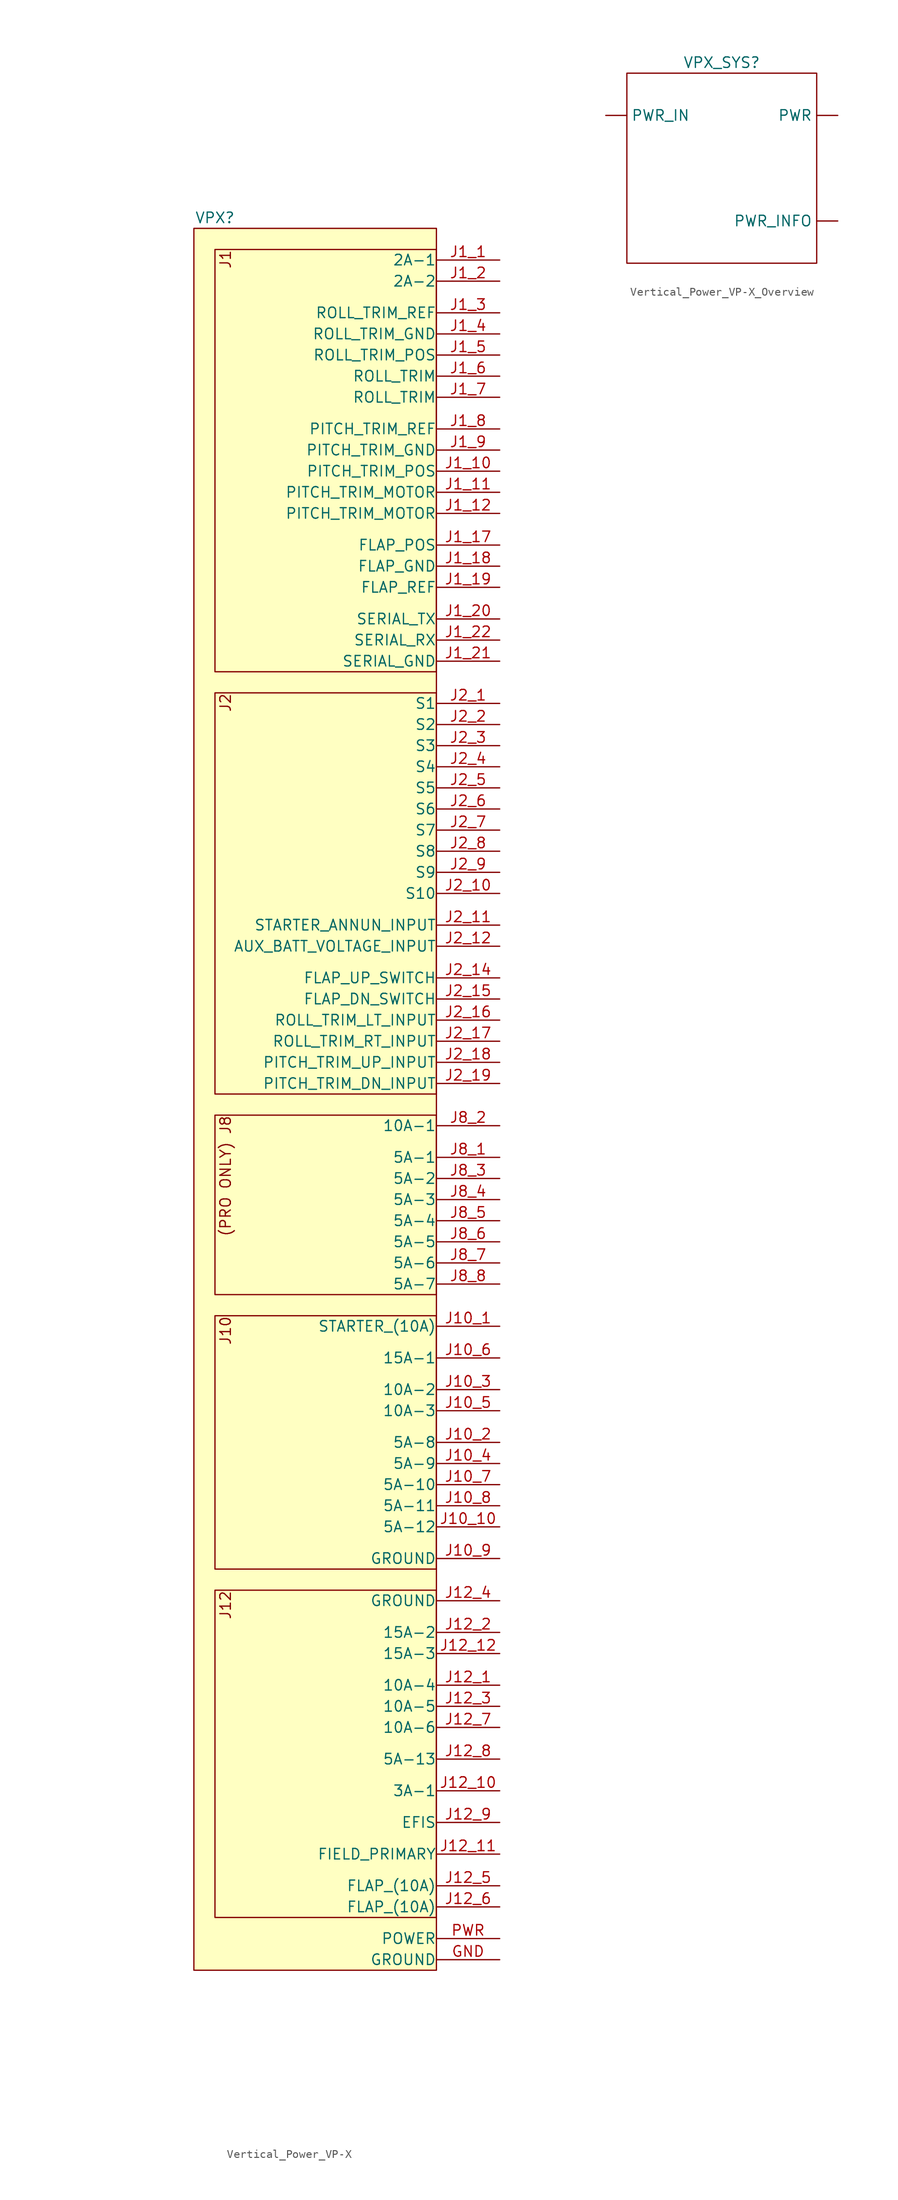
<source format=kicad_sym>
(kicad_symbol_lib
  (version 20241209)
  (generator "kicad_symbol_editor")
  (generator_version "9.0")
  (symbol "Vertical_Power_VP-X"
    (pin_names
      (offset 0.002))
    (property "Reference" "VPX"
      (at 2.54 1.27 0)
      (effects (font (size 1.27 1.27))))
    (property "Value" ""
      (at -13.97 0 0)
      (effects (font (size 1.27 1.27))))
    (symbol "Vertical_Power_VP-X_1_1"
      (rectangle (start 0 0) (end 29.21 -209.55) (stroke (width 0) (type default)) (fill (type background)))
      (rectangle (start 2.54 -2.54) (end 29.21 -53.34) (stroke (width 0) (type default)) (fill (type background)))
      (rectangle (start 2.54 -55.88) (end 29.21 -104.14) (stroke (width 0) (type default)) (fill (type background)))
      (rectangle (start 2.54 -106.68) (end 29.21 -128.27) (stroke (width 0) (type default)) (fill (type background)))
      (rectangle (start 2.54 -130.81) (end 29.21 -161.29) (stroke (width 0) (type default)) (fill (type background)))
      (rectangle (start 2.54 -163.83) (end 29.21 -203.2) (stroke (width 0) (type default)) (fill (type background)))
      (text "J1" (at 3.81 -2.54 900) (effects (font (size 1.27 1.27)) (justify right)))
      (text "J2" (at 3.81 -55.88 900) (effects (font (size 1.27 1.27)) (justify right)))
      (text "(PRO ONLY) J8" (at 3.81 -106.68 900) (effects (font (size 1.27 1.27)) (justify right)))
      (text "J10" (at 3.81 -130.81 900) (effects (font (size 1.27 1.27)) (justify right)))
      (text "J12" (at 3.81 -163.83 900) (effects (font (size 1.27 1.27)) (justify right)))
      (pin power_out line (at 36.83 -3.81 180) (length 7.62) (name "2A-1" (effects (font (size 1.27 1.27)))) (number "J1_1" (effects (font (size 1.27 1.27)))))
      (pin power_out line (at 36.83 -6.35 180) (length 7.62) (name "2A-2" (effects (font (size 1.27 1.27)))) (number "J1_2" (effects (font (size 1.27 1.27)))))
      (pin input line (at 36.83 -10.16 180) (length 7.62) (name "ROLL_TRIM_REF" (effects (font (size 1.27 1.27)))) (number "J1_3" (effects (font (size 1.27 1.27)))))
      (pin passive line (at 36.83 -12.7 180) (length 7.62) (name "ROLL_TRIM_GND" (effects (font (size 1.27 1.27)))) (number "J1_4" (effects (font (size 1.27 1.27)))))
      (pin output line (at 36.83 -15.24 180) (length 7.62) (name "ROLL_TRIM_POS" (effects (font (size 1.27 1.27)))) (number "J1_5" (effects (font (size 1.27 1.27)))))
      (pin power_out line (at 36.83 -17.78 180) (length 7.62) (name "ROLL_TRIM" (effects (font (size 1.27 1.27)))) (number "J1_6" (effects (font (size 1.27 1.27)))))
      (pin power_out line (at 36.83 -20.32 180) (length 7.62) (name "ROLL_TRIM" (effects (font (size 1.27 1.27)))) (number "J1_7" (effects (font (size 1.27 1.27)))))
      (pin input line (at 36.83 -24.13 180) (length 7.62) (name "PITCH_TRIM_REF" (effects (font (size 1.27 1.27)))) (number "J1_8" (effects (font (size 1.27 1.27)))))
      (pin passive line (at 36.83 -26.67 180) (length 7.62) (name "PITCH_TRIM_GND" (effects (font (size 1.27 1.27)))) (number "J1_9" (effects (font (size 1.27 1.27)))))
      (pin output line (at 36.83 -29.21 180) (length 7.62) (name "PITCH_TRIM_POS" (effects (font (size 1.27 1.27)))) (number "J1_10" (effects (font (size 1.27 1.27)))))
      (pin power_out line (at 36.83 -31.75 180) (length 7.62) (name "PITCH_TRIM_MOTOR" (effects (font (size 1.27 1.27)))) (number "J1_11" (effects (font (size 1.27 1.27)))))
      (pin power_out line (at 36.83 -34.29 180) (length 7.62) (name "PITCH_TRIM_MOTOR" (effects (font (size 1.27 1.27)))) (number "J1_12" (effects (font (size 1.27 1.27)))))
      (pin output line (at 36.83 -38.1 180) (length 7.62) (name "FLAP_POS" (effects (font (size 1.27 1.27)))) (number "J1_17" (effects (font (size 1.27 1.27)))))
      (pin passive line (at 36.83 -40.64 180) (length 7.62) (name "FLAP_GND" (effects (font (size 1.27 1.27)))) (number "J1_18" (effects (font (size 1.27 1.27)))))
      (pin input line (at 36.83 -43.18 180) (length 7.62) (name "FLAP_REF" (effects (font (size 1.27 1.27)))) (number "J1_19" (effects (font (size 1.27 1.27)))))
      (pin output line (at 36.83 -46.99 180) (length 7.62) (name "SERIAL_TX" (effects (font (size 1.27 1.27)))) (number "J1_20" (effects (font (size 1.27 1.27)))))
      (pin input line (at 36.83 -49.53 180) (length 7.62) (name "SERIAL_RX" (effects (font (size 1.27 1.27)))) (number "J1_22" (effects (font (size 1.27 1.27)))))
      (pin passive line (at 36.83 -52.07 180) (length 7.62) (name "SERIAL_GND" (effects (font (size 1.27 1.27)))) (number "J1_21" (effects (font (size 1.27 1.27)))))
      (pin bidirectional line (at 36.83 -57.15 180) (length 7.62) (name "S1" (effects (font (size 1.27 1.27)))) (number "J2_1" (effects (font (size 1.27 1.27)))))
      (pin bidirectional line (at 36.83 -59.69 180) (length 7.62) (name "S2" (effects (font (size 1.27 1.27)))) (number "J2_2" (effects (font (size 1.27 1.27)))))
      (pin bidirectional line (at 36.83 -62.23 180) (length 7.62) (name "S3" (effects (font (size 1.27 1.27)))) (number "J2_3" (effects (font (size 1.27 1.27)))))
      (pin bidirectional line (at 36.83 -64.77 180) (length 7.62) (name "S4" (effects (font (size 1.27 1.27)))) (number "J2_4" (effects (font (size 1.27 1.27)))))
      (pin bidirectional line (at 36.83 -67.31 180) (length 7.62) (name "S5" (effects (font (size 1.27 1.27)))) (number "J2_5" (effects (font (size 1.27 1.27)))))
      (pin bidirectional line (at 36.83 -69.85 180) (length 7.62) (name "S6" (effects (font (size 1.27 1.27)))) (number "J2_6" (effects (font (size 1.27 1.27)))))
      (pin bidirectional line (at 36.83 -72.39 180) (length 7.62) (name "S7" (effects (font (size 1.27 1.27)))) (number "J2_7" (effects (font (size 1.27 1.27)))))
      (pin bidirectional line (at 36.83 -74.93 180) (length 7.62) (name "S8" (effects (font (size 1.27 1.27)))) (number "J2_8" (effects (font (size 1.27 1.27)))))
      (pin bidirectional line (at 36.83 -77.47 180) (length 7.62) (name "S9" (effects (font (size 1.27 1.27)))) (number "J2_9" (effects (font (size 1.27 1.27)))))
      (pin bidirectional line (at 36.83 -80.01 180) (length 7.62) (name "S10" (effects (font (size 1.27 1.27)))) (number "J2_10" (effects (font (size 1.27 1.27)))))
      (pin input line (at 36.83 -83.82 180) (length 7.62) (name "STARTER_ANNUN_INPUT" (effects (font (size 1.27 1.27)))) (number "J2_11" (effects (font (size 1.27 1.27)))))
      (pin input line (at 36.83 -86.36 180) (length 7.62) (name "AUX_BATT_VOLTAGE_INPUT" (effects (font (size 1.27 1.27)))) (number "J2_12" (effects (font (size 1.27 1.27)))))
      (pin bidirectional line (at 36.83 -90.17 180) (length 7.62) (name "FLAP_UP_SWITCH" (effects (font (size 1.27 1.27)))) (number "J2_14" (effects (font (size 1.27 1.27)))))
      (pin bidirectional line (at 36.83 -92.71 180) (length 7.62) (name "FLAP_DN_SWITCH" (effects (font (size 1.27 1.27)))) (number "J2_15" (effects (font (size 1.27 1.27)))))
      (pin bidirectional line (at 36.83 -95.25 180) (length 7.62) (name "ROLL_TRIM_LT_INPUT" (effects (font (size 1.27 1.27)))) (number "J2_16" (effects (font (size 1.27 1.27)))))
      (pin bidirectional line (at 36.83 -97.79 180) (length 7.62) (name "ROLL_TRIM_RT_INPUT" (effects (font (size 1.27 1.27)))) (number "J2_17" (effects (font (size 1.27 1.27)))))
      (pin bidirectional line (at 36.83 -100.33 180) (length 7.62) (name "PITCH_TRIM_UP_INPUT" (effects (font (size 1.27 1.27)))) (number "J2_18" (effects (font (size 1.27 1.27)))))
      (pin bidirectional line (at 36.83 -102.87 180) (length 7.62) (name "PITCH_TRIM_DN_INPUT" (effects (font (size 1.27 1.27)))) (number "J2_19" (effects (font (size 1.27 1.27)))))
      (pin power_out line (at 36.83 -107.95 180) (length 7.62) (name "10A-1" (effects (font (size 1.27 1.27)))) (number "J8_2" (effects (font (size 1.27 1.27)))))
      (pin power_out line (at 36.83 -111.76 180) (length 7.62) (name "5A-1" (effects (font (size 1.27 1.27)))) (number "J8_1" (effects (font (size 1.27 1.27)))))
      (pin power_out line (at 36.83 -114.3 180) (length 7.62) (name "5A-2" (effects (font (size 1.27 1.27)))) (number "J8_3" (effects (font (size 1.27 1.27)))))
      (pin power_out line (at 36.83 -116.84 180) (length 7.62) (name "5A-3" (effects (font (size 1.27 1.27)))) (number "J8_4" (effects (font (size 1.27 1.27)))))
      (pin power_out line (at 36.83 -119.38 180) (length 7.62) (name "5A-4" (effects (font (size 1.27 1.27)))) (number "J8_5" (effects (font (size 1.27 1.27)))))
      (pin power_out line (at 36.83 -121.92 180) (length 7.62) (name "5A-5" (effects (font (size 1.27 1.27)))) (number "J8_6" (effects (font (size 1.27 1.27)))))
      (pin power_out line (at 36.83 -124.46 180) (length 7.62) (name "5A-6" (effects (font (size 1.27 1.27)))) (number "J8_7" (effects (font (size 1.27 1.27)))))
      (pin power_out line (at 36.83 -127 180) (length 7.62) (name "5A-7" (effects (font (size 1.27 1.27)))) (number "J8_8" (effects (font (size 1.27 1.27)))))
      (pin power_out line (at 36.83 -132.08 180) (length 7.62) (name "STARTER_(10A)" (effects (font (size 1.27 1.27)))) (number "J10_1" (effects (font (size 1.27 1.27)))))
      (pin power_out line (at 36.83 -135.89 180) (length 7.62) (name "15A-1" (effects (font (size 1.27 1.27)))) (number "J10_6" (effects (font (size 1.27 1.27)))))
      (pin power_out line (at 36.83 -139.7 180) (length 7.62) (name "10A-2" (effects (font (size 1.27 1.27)))) (number "J10_3" (effects (font (size 1.27 1.27)))))
      (pin power_out line (at 36.83 -142.24 180) (length 7.62) (name "10A-3" (effects (font (size 1.27 1.27)))) (number "J10_5" (effects (font (size 1.27 1.27)))))
      (pin power_out line (at 36.83 -146.05 180) (length 7.62) (name "5A-8" (effects (font (size 1.27 1.27)))) (number "J10_2" (effects (font (size 1.27 1.27)))))
      (pin power_out line (at 36.83 -148.59 180) (length 7.62) (name "5A-9" (effects (font (size 1.27 1.27)))) (number "J10_4" (effects (font (size 1.27 1.27)))))
      (pin power_out line (at 36.83 -151.13 180) (length 7.62) (name "5A-10" (effects (font (size 1.27 1.27)))) (number "J10_7" (effects (font (size 1.27 1.27)))))
      (pin power_out line (at 36.83 -153.67 180) (length 7.62) (name "5A-11" (effects (font (size 1.27 1.27)))) (number "J10_8" (effects (font (size 1.27 1.27)))))
      (pin power_out line (at 36.83 -156.21 180) (length 7.62) (name "5A-12" (effects (font (size 1.27 1.27)))) (number "J10_10" (effects (font (size 1.27 1.27)))))
      (pin passive line (at 36.83 -160.02 180) (length 7.62) (name "GROUND" (effects (font (size 1.27 1.27)))) (number "J10_9" (effects (font (size 1.27 1.27)))))
      (pin passive line (at 36.83 -165.1 180) (length 7.62) (name "GROUND" (effects (font (size 1.27 1.27)))) (number "J12_4" (effects (font (size 1.27 1.27)))))
      (pin power_out line (at 36.83 -168.91 180) (length 7.62) (name "15A-2" (effects (font (size 1.27 1.27)))) (number "J12_2" (effects (font (size 1.27 1.27)))))
      (pin power_out line (at 36.83 -171.45 180) (length 7.62) (name "15A-3" (effects (font (size 1.27 1.27)))) (number "J12_12" (effects (font (size 1.27 1.27)))))
      (pin power_out line (at 36.83 -175.26 180) (length 7.62) (name "10A-4" (effects (font (size 1.27 1.27)))) (number "J12_1" (effects (font (size 1.27 1.27)))))
      (pin power_out line (at 36.83 -177.8 180) (length 7.62) (name "10A-5" (effects (font (size 1.27 1.27)))) (number "J12_3" (effects (font (size 1.27 1.27)))))
      (pin power_out line (at 36.83 -180.34 180) (length 7.62) (name "10A-6" (effects (font (size 1.27 1.27)))) (number "J12_7" (effects (font (size 1.27 1.27)))))
      (pin power_out line (at 36.83 -184.15 180) (length 7.62) (name "5A-13" (effects (font (size 1.27 1.27)))) (number "J12_8" (effects (font (size 1.27 1.27)))))
      (pin power_out line (at 36.83 -187.96 180) (length 7.62) (name "3A-1" (effects (font (size 1.27 1.27)))) (number "J12_10" (effects (font (size 1.27 1.27)))))
      (pin power_out line (at 36.83 -191.77 180) (length 7.62) (name "EFIS" (effects (font (size 1.27 1.27)))) (number "J12_9" (effects (font (size 1.27 1.27)))))
      (pin bidirectional line (at 36.83 -195.58 180) (length 7.62) (name "FIELD_PRIMARY" (effects (font (size 1.27 1.27)))) (number "J12_11" (effects (font (size 1.27 1.27)))))
      (pin power_out line (at 36.83 -199.39 180) (length 7.62) (name "FLAP_(10A)" (effects (font (size 1.27 1.27)))) (number "J12_5" (effects (font (size 1.27 1.27)))))
      (pin power_out line (at 36.83 -201.93 180) (length 7.62) (name "FLAP_(10A)" (effects (font (size 1.27 1.27)))) (number "J12_6" (effects (font (size 1.27 1.27)))))
      (pin power_in line (at 36.83 -205.74 180) (length 7.62) (name "POWER" (effects (font (size 1.27 1.27)))) (number "PWR" (effects (font (size 1.27 1.27)))))
      (pin passive line (at 36.83 -208.28 180) (length 7.62) (name "GROUND" (effects (font (size 1.27 1.27)))) (number "GND" (effects (font (size 1.27 1.27)))))))
  (symbol "Vertical_Power_VP-X_Overview"
    (property "Reference" "VPX_SYS"
      (at 0 0 0)
      (effects (font (size 1.27 1.27))))
    (property "Value" ""
      (at 0 0 0)
      (effects (font (size 1.27 1.27))))
    (symbol "Vertical_Power_VP-X_Overview_0_1"
      (rectangle (start -11.43 -1.27) (end 11.43 -24.13) (stroke (width 0) (type default)) (fill (type none))))
    (symbol "Vertical_Power_VP-X_Overview_1_1"
      (pin passive line (at -13.97 -6.35 0) (length 2.54) (name "PWR_IN" (effects (font (size 1.27 1.27)))) (number "" (effects (font (size 1.27 1.27)))))
      (pin passive line (at 13.97 -6.35 180) (length 2.54) (name "PWR" (effects (font (size 1.27 1.27)))) (number "" (effects (font (size 1.27 1.27)))))
      (pin passive line (at 13.97 -19.05 180) (length 2.54) (name "PWR_INFO" (effects (font (size 1.27 1.27)))) (number "" (effects (font (size 1.27 1.27))))))))
</source>
